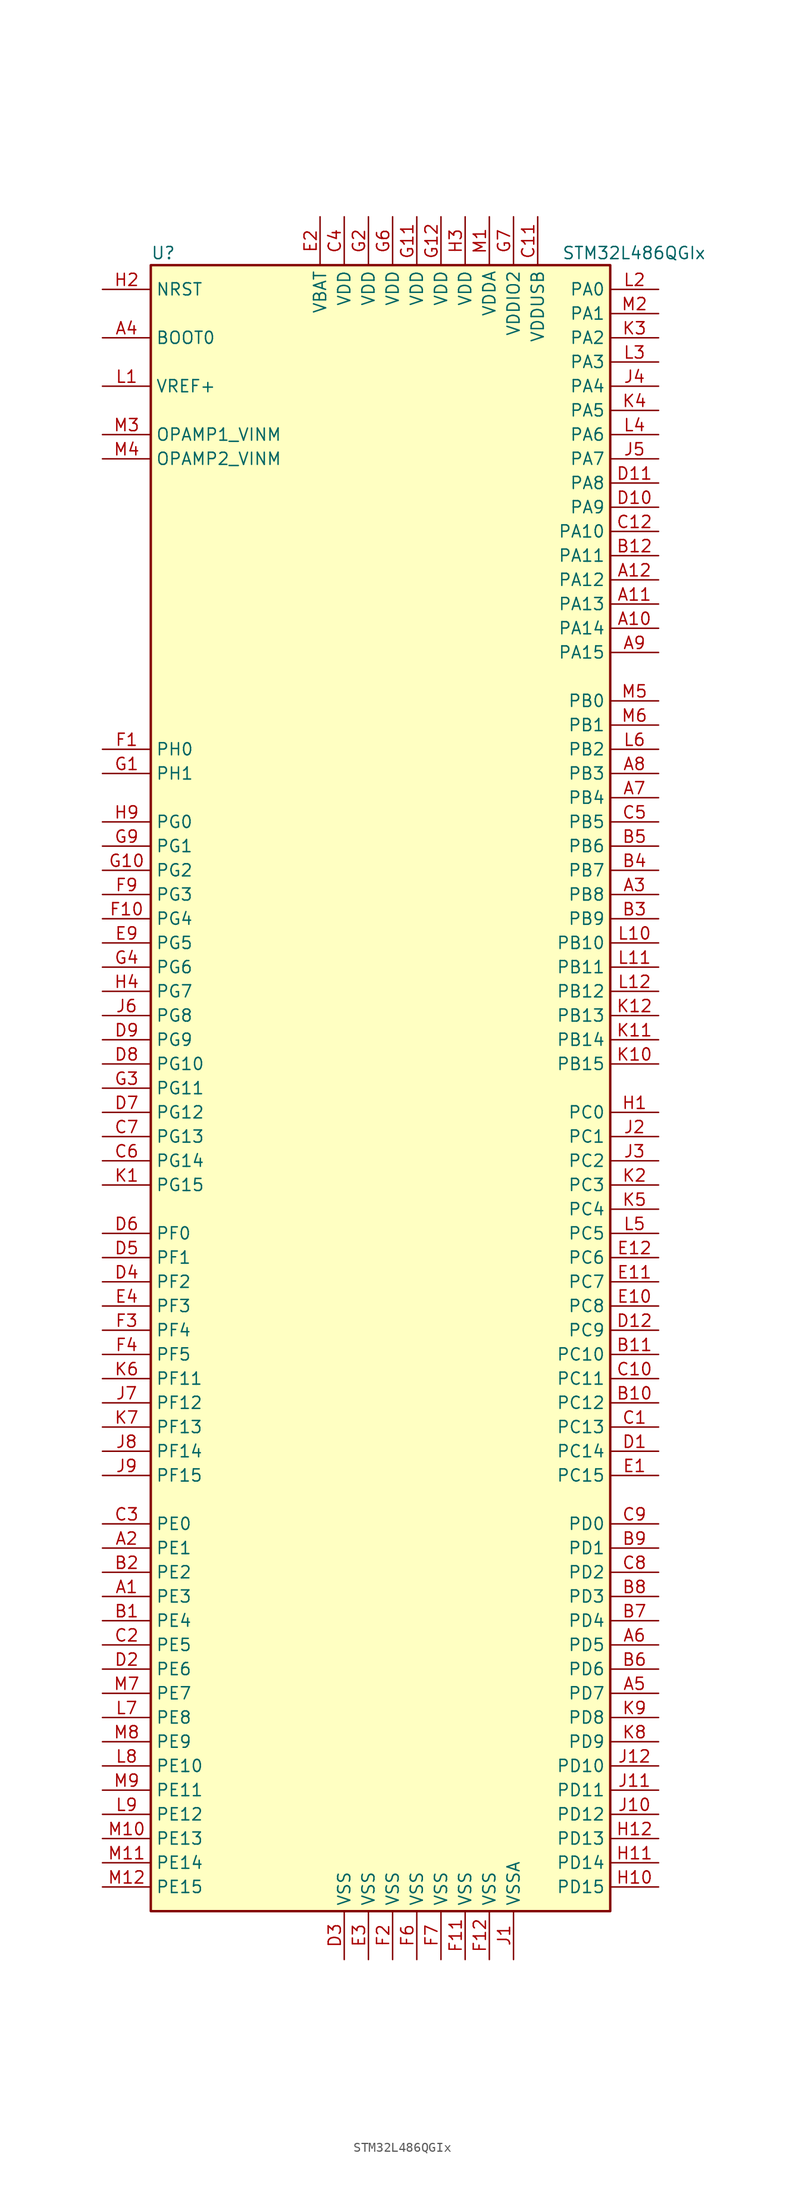
<source format=kicad_sym>
(kicad_symbol_lib
  (version 20211014)
  (generator kicad_symbol_editor)
  (symbol "STM32L486QGIx"
    (property "Reference" "U"
      (at -25.4 87.63 0)
      (effects (font (size 1.27 1.27)) (justify left)))
    (property "Value" "STM32L486QGIx"
      (at 17.78 87.63 0)
      (effects (font (size 1.27 1.27)) (justify left)))
    (symbol "STM32L486QGIx_0_1"
      (rectangle (start -25.4 -86.36) (end 22.86 86.36) (stroke (width 0.254) (type default) (color 0 0 0 0)) (fill (type background))))
    (symbol "STM32L486QGIx_1_1"
      (pin bidirectional line (at -30.48 -53.34 0) (length 5.08) (name "PE3" (effects (font (size 1.27 1.27)))) (number "A1" (effects (font (size 1.27 1.27)))))
      (pin bidirectional line (at 27.94 48.26 180) (length 5.08) (name "PA14" (effects (font (size 1.27 1.27)))) (number "A10" (effects (font (size 1.27 1.27)))))
      (pin bidirectional line (at 27.94 50.8 180) (length 5.08) (name "PA13" (effects (font (size 1.27 1.27)))) (number "A11" (effects (font (size 1.27 1.27)))))
      (pin bidirectional line (at 27.94 53.34 180) (length 5.08) (name "PA12" (effects (font (size 1.27 1.27)))) (number "A12" (effects (font (size 1.27 1.27)))))
      (pin bidirectional line (at -30.48 -48.26 0) (length 5.08) (name "PE1" (effects (font (size 1.27 1.27)))) (number "A2" (effects (font (size 1.27 1.27)))))
      (pin bidirectional line (at 27.94 20.32 180) (length 5.08) (name "PB8" (effects (font (size 1.27 1.27)))) (number "A3" (effects (font (size 1.27 1.27)))))
      (pin input line (at -30.48 78.74 0) (length 5.08) (name "BOOT0" (effects (font (size 1.27 1.27)))) (number "A4" (effects (font (size 1.27 1.27)))))
      (pin bidirectional line (at 27.94 -63.5 180) (length 5.08) (name "PD7" (effects (font (size 1.27 1.27)))) (number "A5" (effects (font (size 1.27 1.27)))))
      (pin bidirectional line (at 27.94 -58.42 180) (length 5.08) (name "PD5" (effects (font (size 1.27 1.27)))) (number "A6" (effects (font (size 1.27 1.27)))))
      (pin bidirectional line (at 27.94 30.48 180) (length 5.08) (name "PB4" (effects (font (size 1.27 1.27)))) (number "A7" (effects (font (size 1.27 1.27)))))
      (pin bidirectional line (at 27.94 33.02 180) (length 5.08) (name "PB3" (effects (font (size 1.27 1.27)))) (number "A8" (effects (font (size 1.27 1.27)))))
      (pin bidirectional line (at 27.94 45.72 180) (length 5.08) (name "PA15" (effects (font (size 1.27 1.27)))) (number "A9" (effects (font (size 1.27 1.27)))))
      (pin bidirectional line (at -30.48 -55.88 0) (length 5.08) (name "PE4" (effects (font (size 1.27 1.27)))) (number "B1" (effects (font (size 1.27 1.27)))))
      (pin bidirectional line (at 27.94 -33.02 180) (length 5.08) (name "PC12" (effects (font (size 1.27 1.27)))) (number "B10" (effects (font (size 1.27 1.27)))))
      (pin bidirectional line (at 27.94 -27.94 180) (length 5.08) (name "PC10" (effects (font (size 1.27 1.27)))) (number "B11" (effects (font (size 1.27 1.27)))))
      (pin bidirectional line (at 27.94 55.88 180) (length 5.08) (name "PA11" (effects (font (size 1.27 1.27)))) (number "B12" (effects (font (size 1.27 1.27)))))
      (pin bidirectional line (at -30.48 -50.8 0) (length 5.08) (name "PE2" (effects (font (size 1.27 1.27)))) (number "B2" (effects (font (size 1.27 1.27)))))
      (pin bidirectional line (at 27.94 17.78 180) (length 5.08) (name "PB9" (effects (font (size 1.27 1.27)))) (number "B3" (effects (font (size 1.27 1.27)))))
      (pin bidirectional line (at 27.94 22.86 180) (length 5.08) (name "PB7" (effects (font (size 1.27 1.27)))) (number "B4" (effects (font (size 1.27 1.27)))))
      (pin bidirectional line (at 27.94 25.4 180) (length 5.08) (name "PB6" (effects (font (size 1.27 1.27)))) (number "B5" (effects (font (size 1.27 1.27)))))
      (pin bidirectional line (at 27.94 -60.96 180) (length 5.08) (name "PD6" (effects (font (size 1.27 1.27)))) (number "B6" (effects (font (size 1.27 1.27)))))
      (pin bidirectional line (at 27.94 -55.88 180) (length 5.08) (name "PD4" (effects (font (size 1.27 1.27)))) (number "B7" (effects (font (size 1.27 1.27)))))
      (pin bidirectional line (at 27.94 -53.34 180) (length 5.08) (name "PD3" (effects (font (size 1.27 1.27)))) (number "B8" (effects (font (size 1.27 1.27)))))
      (pin bidirectional line (at 27.94 -48.26 180) (length 5.08) (name "PD1" (effects (font (size 1.27 1.27)))) (number "B9" (effects (font (size 1.27 1.27)))))
      (pin bidirectional line (at 27.94 -35.56 180) (length 5.08) (name "PC13" (effects (font (size 1.27 1.27)))) (number "C1" (effects (font (size 1.27 1.27)))))
      (pin bidirectional line (at 27.94 -30.48 180) (length 5.08) (name "PC11" (effects (font (size 1.27 1.27)))) (number "C10" (effects (font (size 1.27 1.27)))))
      (pin power_in line (at 15.24 91.44 270) (length 5.08) (name "VDDUSB" (effects (font (size 1.27 1.27)))) (number "C11" (effects (font (size 1.27 1.27)))))
      (pin bidirectional line (at 27.94 58.42 180) (length 5.08) (name "PA10" (effects (font (size 1.27 1.27)))) (number "C12" (effects (font (size 1.27 1.27)))))
      (pin bidirectional line (at -30.48 -58.42 0) (length 5.08) (name "PE5" (effects (font (size 1.27 1.27)))) (number "C2" (effects (font (size 1.27 1.27)))))
      (pin bidirectional line (at -30.48 -45.72 0) (length 5.08) (name "PE0" (effects (font (size 1.27 1.27)))) (number "C3" (effects (font (size 1.27 1.27)))))
      (pin power_in line (at -5.08 91.44 270) (length 5.08) (name "VDD" (effects (font (size 1.27 1.27)))) (number "C4" (effects (font (size 1.27 1.27)))))
      (pin bidirectional line (at 27.94 27.94 180) (length 5.08) (name "PB5" (effects (font (size 1.27 1.27)))) (number "C5" (effects (font (size 1.27 1.27)))))
      (pin bidirectional line (at -30.48 -7.62 0) (length 5.08) (name "PG14" (effects (font (size 1.27 1.27)))) (number "C6" (effects (font (size 1.27 1.27)))))
      (pin bidirectional line (at -30.48 -5.08 0) (length 5.08) (name "PG13" (effects (font (size 1.27 1.27)))) (number "C7" (effects (font (size 1.27 1.27)))))
      (pin bidirectional line (at 27.94 -50.8 180) (length 5.08) (name "PD2" (effects (font (size 1.27 1.27)))) (number "C8" (effects (font (size 1.27 1.27)))))
      (pin bidirectional line (at 27.94 -45.72 180) (length 5.08) (name "PD0" (effects (font (size 1.27 1.27)))) (number "C9" (effects (font (size 1.27 1.27)))))
      (pin bidirectional line (at 27.94 -38.1 180) (length 5.08) (name "PC14" (effects (font (size 1.27 1.27)))) (number "D1" (effects (font (size 1.27 1.27)))))
      (pin bidirectional line (at 27.94 60.96 180) (length 5.08) (name "PA9" (effects (font (size 1.27 1.27)))) (number "D10" (effects (font (size 1.27 1.27)))))
      (pin bidirectional line (at 27.94 63.5 180) (length 5.08) (name "PA8" (effects (font (size 1.27 1.27)))) (number "D11" (effects (font (size 1.27 1.27)))))
      (pin bidirectional line (at 27.94 -25.4 180) (length 5.08) (name "PC9" (effects (font (size 1.27 1.27)))) (number "D12" (effects (font (size 1.27 1.27)))))
      (pin bidirectional line (at -30.48 -60.96 0) (length 5.08) (name "PE6" (effects (font (size 1.27 1.27)))) (number "D2" (effects (font (size 1.27 1.27)))))
      (pin power_in line (at -5.08 -91.44 90) (length 5.08) (name "VSS" (effects (font (size 1.27 1.27)))) (number "D3" (effects (font (size 1.27 1.27)))))
      (pin bidirectional line (at -30.48 -20.32 0) (length 5.08) (name "PF2" (effects (font (size 1.27 1.27)))) (number "D4" (effects (font (size 1.27 1.27)))))
      (pin bidirectional line (at -30.48 -17.78 0) (length 5.08) (name "PF1" (effects (font (size 1.27 1.27)))) (number "D5" (effects (font (size 1.27 1.27)))))
      (pin bidirectional line (at -30.48 -15.24 0) (length 5.08) (name "PF0" (effects (font (size 1.27 1.27)))) (number "D6" (effects (font (size 1.27 1.27)))))
      (pin bidirectional line (at -30.48 -2.54 0) (length 5.08) (name "PG12" (effects (font (size 1.27 1.27)))) (number "D7" (effects (font (size 1.27 1.27)))))
      (pin bidirectional line (at -30.48 2.54 0) (length 5.08) (name "PG10" (effects (font (size 1.27 1.27)))) (number "D8" (effects (font (size 1.27 1.27)))))
      (pin bidirectional line (at -30.48 5.08 0) (length 5.08) (name "PG9" (effects (font (size 1.27 1.27)))) (number "D9" (effects (font (size 1.27 1.27)))))
      (pin bidirectional line (at 27.94 -40.64 180) (length 5.08) (name "PC15" (effects (font (size 1.27 1.27)))) (number "E1" (effects (font (size 1.27 1.27)))))
      (pin bidirectional line (at 27.94 -22.86 180) (length 5.08) (name "PC8" (effects (font (size 1.27 1.27)))) (number "E10" (effects (font (size 1.27 1.27)))))
      (pin bidirectional line (at 27.94 -20.32 180) (length 5.08) (name "PC7" (effects (font (size 1.27 1.27)))) (number "E11" (effects (font (size 1.27 1.27)))))
      (pin bidirectional line (at 27.94 -17.78 180) (length 5.08) (name "PC6" (effects (font (size 1.27 1.27)))) (number "E12" (effects (font (size 1.27 1.27)))))
      (pin power_in line (at -7.62 91.44 270) (length 5.08) (name "VBAT" (effects (font (size 1.27 1.27)))) (number "E2" (effects (font (size 1.27 1.27)))))
      (pin power_in line (at -2.54 -91.44 90) (length 5.08) (name "VSS" (effects (font (size 1.27 1.27)))) (number "E3" (effects (font (size 1.27 1.27)))))
      (pin bidirectional line (at -30.48 -22.86 0) (length 5.08) (name "PF3" (effects (font (size 1.27 1.27)))) (number "E4" (effects (font (size 1.27 1.27)))))
      (pin bidirectional line (at -30.48 15.24 0) (length 5.08) (name "PG5" (effects (font (size 1.27 1.27)))) (number "E9" (effects (font (size 1.27 1.27)))))
      (pin input line (at -30.48 35.56 0) (length 5.08) (name "PH0" (effects (font (size 1.27 1.27)))) (number "F1" (effects (font (size 1.27 1.27)))))
      (pin bidirectional line (at -30.48 17.78 0) (length 5.08) (name "PG4" (effects (font (size 1.27 1.27)))) (number "F10" (effects (font (size 1.27 1.27)))))
      (pin power_in line (at 7.62 -91.44 90) (length 5.08) (name "VSS" (effects (font (size 1.27 1.27)))) (number "F11" (effects (font (size 1.27 1.27)))))
      (pin power_in line (at 10.16 -91.44 90) (length 5.08) (name "VSS" (effects (font (size 1.27 1.27)))) (number "F12" (effects (font (size 1.27 1.27)))))
      (pin power_in line (at 0 -91.44 90) (length 5.08) (name "VSS" (effects (font (size 1.27 1.27)))) (number "F2" (effects (font (size 1.27 1.27)))))
      (pin bidirectional line (at -30.48 -25.4 0) (length 5.08) (name "PF4" (effects (font (size 1.27 1.27)))) (number "F3" (effects (font (size 1.27 1.27)))))
      (pin bidirectional line (at -30.48 -27.94 0) (length 5.08) (name "PF5" (effects (font (size 1.27 1.27)))) (number "F4" (effects (font (size 1.27 1.27)))))
      (pin power_in line (at 2.54 -91.44 90) (length 5.08) (name "VSS" (effects (font (size 1.27 1.27)))) (number "F6" (effects (font (size 1.27 1.27)))))
      (pin power_in line (at 5.08 -91.44 90) (length 5.08) (name "VSS" (effects (font (size 1.27 1.27)))) (number "F7" (effects (font (size 1.27 1.27)))))
      (pin bidirectional line (at -30.48 20.32 0) (length 5.08) (name "PG3" (effects (font (size 1.27 1.27)))) (number "F9" (effects (font (size 1.27 1.27)))))
      (pin input line (at -30.48 33.02 0) (length 5.08) (name "PH1" (effects (font (size 1.27 1.27)))) (number "G1" (effects (font (size 1.27 1.27)))))
      (pin bidirectional line (at -30.48 22.86 0) (length 5.08) (name "PG2" (effects (font (size 1.27 1.27)))) (number "G10" (effects (font (size 1.27 1.27)))))
      (pin power_in line (at 2.54 91.44 270) (length 5.08) (name "VDD" (effects (font (size 1.27 1.27)))) (number "G11" (effects (font (size 1.27 1.27)))))
      (pin power_in line (at 5.08 91.44 270) (length 5.08) (name "VDD" (effects (font (size 1.27 1.27)))) (number "G12" (effects (font (size 1.27 1.27)))))
      (pin power_in line (at -2.54 91.44 270) (length 5.08) (name "VDD" (effects (font (size 1.27 1.27)))) (number "G2" (effects (font (size 1.27 1.27)))))
      (pin bidirectional line (at -30.48 0 0) (length 5.08) (name "PG11" (effects (font (size 1.27 1.27)))) (number "G3" (effects (font (size 1.27 1.27)))))
      (pin bidirectional line (at -30.48 12.7 0) (length 5.08) (name "PG6" (effects (font (size 1.27 1.27)))) (number "G4" (effects (font (size 1.27 1.27)))))
      (pin power_in line (at 0 91.44 270) (length 5.08) (name "VDD" (effects (font (size 1.27 1.27)))) (number "G6" (effects (font (size 1.27 1.27)))))
      (pin power_in line (at 12.7 91.44 270) (length 5.08) (name "VDDIO2" (effects (font (size 1.27 1.27)))) (number "G7" (effects (font (size 1.27 1.27)))))
      (pin bidirectional line (at -30.48 25.4 0) (length 5.08) (name "PG1" (effects (font (size 1.27 1.27)))) (number "G9" (effects (font (size 1.27 1.27)))))
      (pin bidirectional line (at 27.94 -2.54 180) (length 5.08) (name "PC0" (effects (font (size 1.27 1.27)))) (number "H1" (effects (font (size 1.27 1.27)))))
      (pin bidirectional line (at 27.94 -83.82 180) (length 5.08) (name "PD15" (effects (font (size 1.27 1.27)))) (number "H10" (effects (font (size 1.27 1.27)))))
      (pin bidirectional line (at 27.94 -81.28 180) (length 5.08) (name "PD14" (effects (font (size 1.27 1.27)))) (number "H11" (effects (font (size 1.27 1.27)))))
      (pin bidirectional line (at 27.94 -78.74 180) (length 5.08) (name "PD13" (effects (font (size 1.27 1.27)))) (number "H12" (effects (font (size 1.27 1.27)))))
      (pin input line (at -30.48 83.82 0) (length 5.08) (name "NRST" (effects (font (size 1.27 1.27)))) (number "H2" (effects (font (size 1.27 1.27)))))
      (pin power_in line (at 7.62 91.44 270) (length 5.08) (name "VDD" (effects (font (size 1.27 1.27)))) (number "H3" (effects (font (size 1.27 1.27)))))
      (pin bidirectional line (at -30.48 10.16 0) (length 5.08) (name "PG7" (effects (font (size 1.27 1.27)))) (number "H4" (effects (font (size 1.27 1.27)))))
      (pin bidirectional line (at -30.48 27.94 0) (length 5.08) (name "PG0" (effects (font (size 1.27 1.27)))) (number "H9" (effects (font (size 1.27 1.27)))))
      (pin power_in line (at 12.7 -91.44 90) (length 5.08) (name "VSSA" (effects (font (size 1.27 1.27)))) (number "J1" (effects (font (size 1.27 1.27)))))
      (pin bidirectional line (at 27.94 -76.2 180) (length 5.08) (name "PD12" (effects (font (size 1.27 1.27)))) (number "J10" (effects (font (size 1.27 1.27)))))
      (pin bidirectional line (at 27.94 -73.66 180) (length 5.08) (name "PD11" (effects (font (size 1.27 1.27)))) (number "J11" (effects (font (size 1.27 1.27)))))
      (pin bidirectional line (at 27.94 -71.12 180) (length 5.08) (name "PD10" (effects (font (size 1.27 1.27)))) (number "J12" (effects (font (size 1.27 1.27)))))
      (pin bidirectional line (at 27.94 -5.08 180) (length 5.08) (name "PC1" (effects (font (size 1.27 1.27)))) (number "J2" (effects (font (size 1.27 1.27)))))
      (pin bidirectional line (at 27.94 -7.62 180) (length 5.08) (name "PC2" (effects (font (size 1.27 1.27)))) (number "J3" (effects (font (size 1.27 1.27)))))
      (pin bidirectional line (at 27.94 73.66 180) (length 5.08) (name "PA4" (effects (font (size 1.27 1.27)))) (number "J4" (effects (font (size 1.27 1.27)))))
      (pin bidirectional line (at 27.94 66.04 180) (length 5.08) (name "PA7" (effects (font (size 1.27 1.27)))) (number "J5" (effects (font (size 1.27 1.27)))))
      (pin bidirectional line (at -30.48 7.62 0) (length 5.08) (name "PG8" (effects (font (size 1.27 1.27)))) (number "J6" (effects (font (size 1.27 1.27)))))
      (pin bidirectional line (at -30.48 -33.02 0) (length 5.08) (name "PF12" (effects (font (size 1.27 1.27)))) (number "J7" (effects (font (size 1.27 1.27)))))
      (pin bidirectional line (at -30.48 -38.1 0) (length 5.08) (name "PF14" (effects (font (size 1.27 1.27)))) (number "J8" (effects (font (size 1.27 1.27)))))
      (pin bidirectional line (at -30.48 -40.64 0) (length 5.08) (name "PF15" (effects (font (size 1.27 1.27)))) (number "J9" (effects (font (size 1.27 1.27)))))
      (pin bidirectional line (at -30.48 -10.16 0) (length 5.08) (name "PG15" (effects (font (size 1.27 1.27)))) (number "K1" (effects (font (size 1.27 1.27)))))
      (pin bidirectional line (at 27.94 2.54 180) (length 5.08) (name "PB15" (effects (font (size 1.27 1.27)))) (number "K10" (effects (font (size 1.27 1.27)))))
      (pin bidirectional line (at 27.94 5.08 180) (length 5.08) (name "PB14" (effects (font (size 1.27 1.27)))) (number "K11" (effects (font (size 1.27 1.27)))))
      (pin bidirectional line (at 27.94 7.62 180) (length 5.08) (name "PB13" (effects (font (size 1.27 1.27)))) (number "K12" (effects (font (size 1.27 1.27)))))
      (pin bidirectional line (at 27.94 -10.16 180) (length 5.08) (name "PC3" (effects (font (size 1.27 1.27)))) (number "K2" (effects (font (size 1.27 1.27)))))
      (pin bidirectional line (at 27.94 78.74 180) (length 5.08) (name "PA2" (effects (font (size 1.27 1.27)))) (number "K3" (effects (font (size 1.27 1.27)))))
      (pin bidirectional line (at 27.94 71.12 180) (length 5.08) (name "PA5" (effects (font (size 1.27 1.27)))) (number "K4" (effects (font (size 1.27 1.27)))))
      (pin bidirectional line (at 27.94 -12.7 180) (length 5.08) (name "PC4" (effects (font (size 1.27 1.27)))) (number "K5" (effects (font (size 1.27 1.27)))))
      (pin bidirectional line (at -30.48 -30.48 0) (length 5.08) (name "PF11" (effects (font (size 1.27 1.27)))) (number "K6" (effects (font (size 1.27 1.27)))))
      (pin bidirectional line (at -30.48 -35.56 0) (length 5.08) (name "PF13" (effects (font (size 1.27 1.27)))) (number "K7" (effects (font (size 1.27 1.27)))))
      (pin bidirectional line (at 27.94 -68.58 180) (length 5.08) (name "PD9" (effects (font (size 1.27 1.27)))) (number "K8" (effects (font (size 1.27 1.27)))))
      (pin bidirectional line (at 27.94 -66.04 180) (length 5.08) (name "PD8" (effects (font (size 1.27 1.27)))) (number "K9" (effects (font (size 1.27 1.27)))))
      (pin bidirectional line (at -30.48 73.66 0) (length 5.08) (name "VREF+" (effects (font (size 1.27 1.27)))) (number "L1" (effects (font (size 1.27 1.27)))))
      (pin bidirectional line (at 27.94 15.24 180) (length 5.08) (name "PB10" (effects (font (size 1.27 1.27)))) (number "L10" (effects (font (size 1.27 1.27)))))
      (pin bidirectional line (at 27.94 12.7 180) (length 5.08) (name "PB11" (effects (font (size 1.27 1.27)))) (number "L11" (effects (font (size 1.27 1.27)))))
      (pin bidirectional line (at 27.94 10.16 180) (length 5.08) (name "PB12" (effects (font (size 1.27 1.27)))) (number "L12" (effects (font (size 1.27 1.27)))))
      (pin bidirectional line (at 27.94 83.82 180) (length 5.08) (name "PA0" (effects (font (size 1.27 1.27)))) (number "L2" (effects (font (size 1.27 1.27)))))
      (pin bidirectional line (at 27.94 76.2 180) (length 5.08) (name "PA3" (effects (font (size 1.27 1.27)))) (number "L3" (effects (font (size 1.27 1.27)))))
      (pin bidirectional line (at 27.94 68.58 180) (length 5.08) (name "PA6" (effects (font (size 1.27 1.27)))) (number "L4" (effects (font (size 1.27 1.27)))))
      (pin bidirectional line (at 27.94 -15.24 180) (length 5.08) (name "PC5" (effects (font (size 1.27 1.27)))) (number "L5" (effects (font (size 1.27 1.27)))))
      (pin bidirectional line (at 27.94 35.56 180) (length 5.08) (name "PB2" (effects (font (size 1.27 1.27)))) (number "L6" (effects (font (size 1.27 1.27)))))
      (pin bidirectional line (at -30.48 -66.04 0) (length 5.08) (name "PE8" (effects (font (size 1.27 1.27)))) (number "L7" (effects (font (size 1.27 1.27)))))
      (pin bidirectional line (at -30.48 -71.12 0) (length 5.08) (name "PE10" (effects (font (size 1.27 1.27)))) (number "L8" (effects (font (size 1.27 1.27)))))
      (pin bidirectional line (at -30.48 -76.2 0) (length 5.08) (name "PE12" (effects (font (size 1.27 1.27)))) (number "L9" (effects (font (size 1.27 1.27)))))
      (pin power_in line (at 10.16 91.44 270) (length 5.08) (name "VDDA" (effects (font (size 1.27 1.27)))) (number "M1" (effects (font (size 1.27 1.27)))))
      (pin bidirectional line (at -30.48 -78.74 0) (length 5.08) (name "PE13" (effects (font (size 1.27 1.27)))) (number "M10" (effects (font (size 1.27 1.27)))))
      (pin bidirectional line (at -30.48 -81.28 0) (length 5.08) (name "PE14" (effects (font (size 1.27 1.27)))) (number "M11" (effects (font (size 1.27 1.27)))))
      (pin bidirectional line (at -30.48 -83.82 0) (length 5.08) (name "PE15" (effects (font (size 1.27 1.27)))) (number "M12" (effects (font (size 1.27 1.27)))))
      (pin bidirectional line (at 27.94 81.28 180) (length 5.08) (name "PA1" (effects (font (size 1.27 1.27)))) (number "M2" (effects (font (size 1.27 1.27)))))
      (pin bidirectional line (at -30.48 68.58 0) (length 5.08) (name "OPAMP1_VINM" (effects (font (size 1.27 1.27)))) (number "M3" (effects (font (size 1.27 1.27)))))
      (pin bidirectional line (at -30.48 66.04 0) (length 5.08) (name "OPAMP2_VINM" (effects (font (size 1.27 1.27)))) (number "M4" (effects (font (size 1.27 1.27)))))
      (pin bidirectional line (at 27.94 40.64 180) (length 5.08) (name "PB0" (effects (font (size 1.27 1.27)))) (number "M5" (effects (font (size 1.27 1.27)))))
      (pin bidirectional line (at 27.94 38.1 180) (length 5.08) (name "PB1" (effects (font (size 1.27 1.27)))) (number "M6" (effects (font (size 1.27 1.27)))))
      (pin bidirectional line (at -30.48 -63.5 0) (length 5.08) (name "PE7" (effects (font (size 1.27 1.27)))) (number "M7" (effects (font (size 1.27 1.27)))))
      (pin bidirectional line (at -30.48 -68.58 0) (length 5.08) (name "PE9" (effects (font (size 1.27 1.27)))) (number "M8" (effects (font (size 1.27 1.27)))))
      (pin bidirectional line (at -30.48 -73.66 0) (length 5.08) (name "PE11" (effects (font (size 1.27 1.27)))) (number "M9" (effects (font (size 1.27 1.27))))))))
</source>
